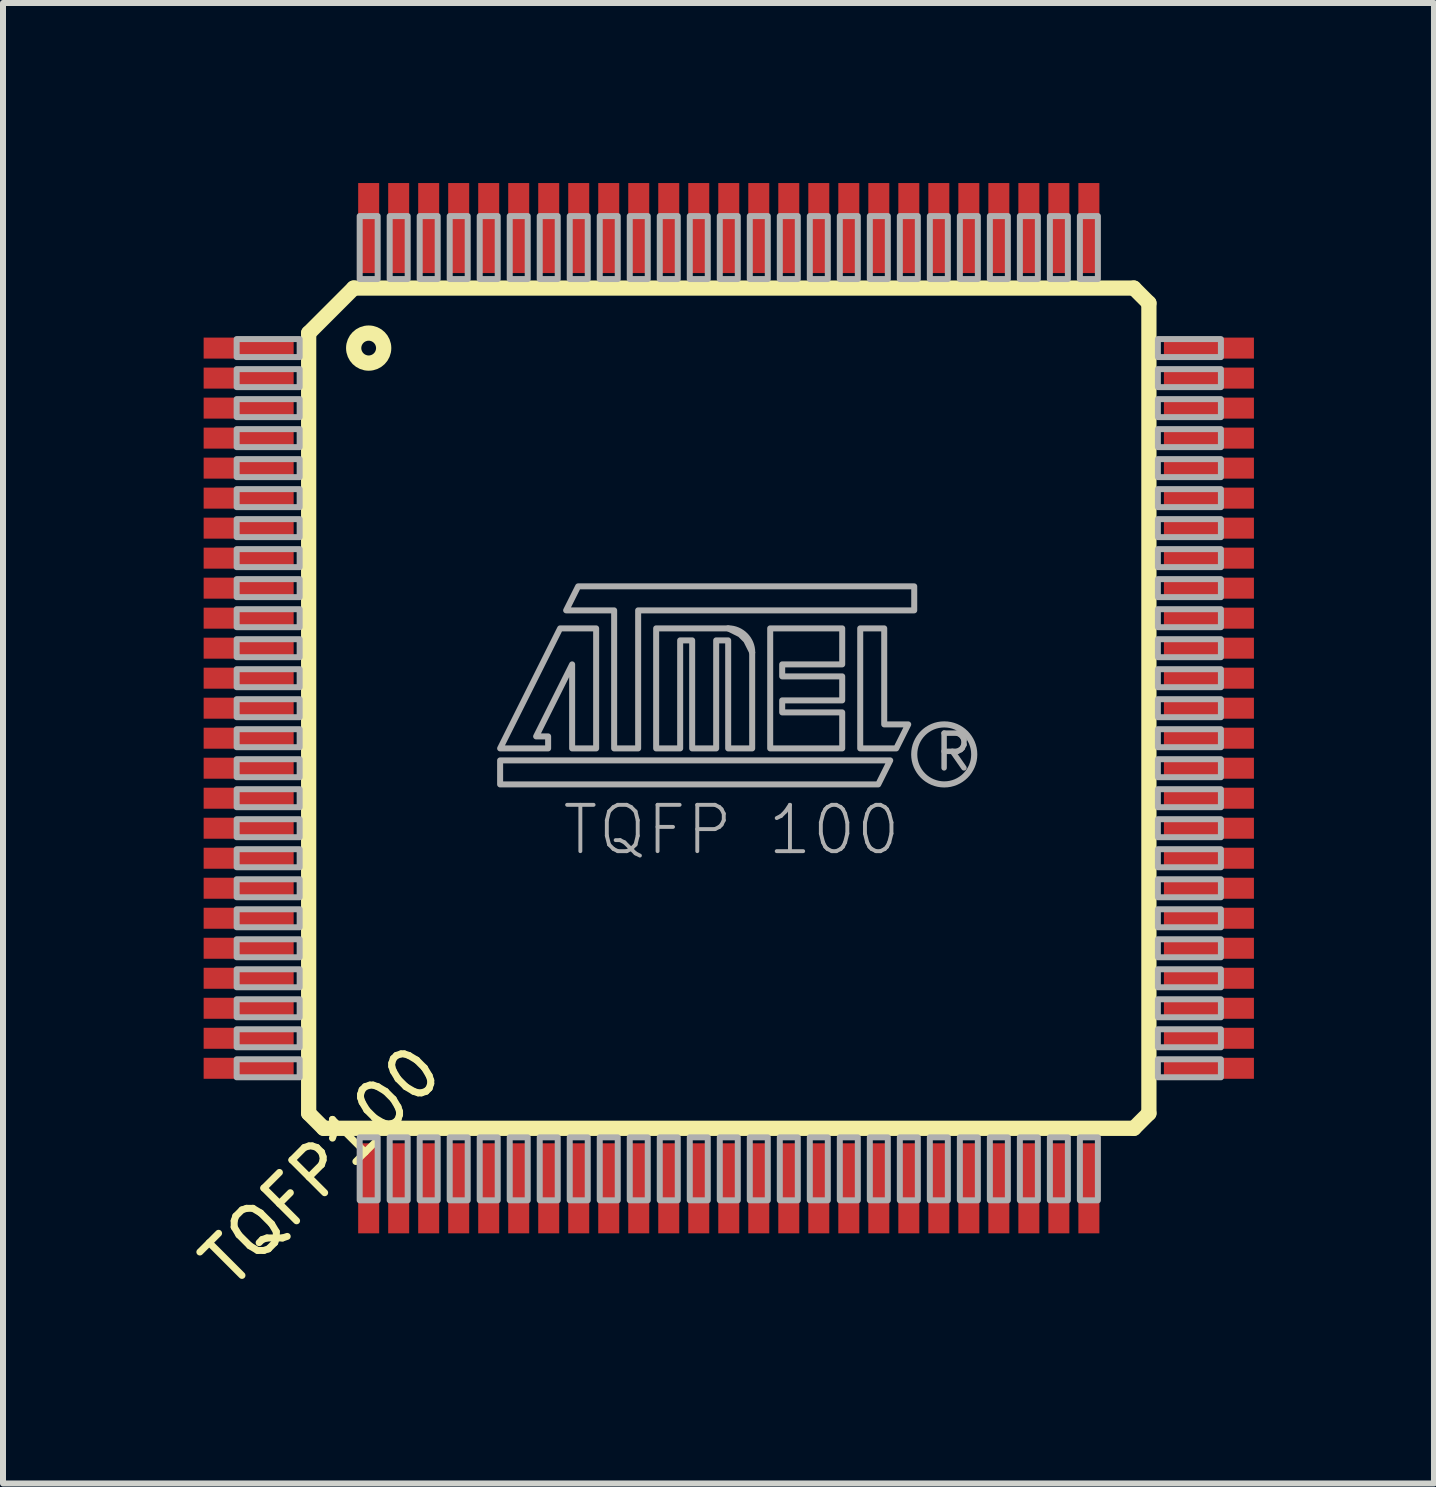
<source format=kicad_pcb>
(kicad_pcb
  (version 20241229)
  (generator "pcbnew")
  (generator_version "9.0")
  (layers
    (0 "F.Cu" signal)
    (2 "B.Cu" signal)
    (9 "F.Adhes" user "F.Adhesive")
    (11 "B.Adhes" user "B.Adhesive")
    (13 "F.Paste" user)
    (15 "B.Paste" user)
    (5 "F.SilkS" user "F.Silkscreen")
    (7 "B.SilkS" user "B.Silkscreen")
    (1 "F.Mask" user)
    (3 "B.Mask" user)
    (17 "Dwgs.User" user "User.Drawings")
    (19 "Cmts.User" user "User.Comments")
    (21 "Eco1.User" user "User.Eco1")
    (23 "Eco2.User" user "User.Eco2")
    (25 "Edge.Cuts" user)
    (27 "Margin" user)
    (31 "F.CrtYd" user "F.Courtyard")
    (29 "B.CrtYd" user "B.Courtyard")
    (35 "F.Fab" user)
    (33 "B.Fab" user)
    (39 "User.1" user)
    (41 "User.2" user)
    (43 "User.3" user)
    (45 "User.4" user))
  (footprint "TQFP100"
    (layer "F.Cu")
    (at 9.093 8.75)
    (property "Reference" "TQFP100" (at -8.302 9.784 45) (layer "F.SilkS") (effects (font (size 0.772 0.772) (thickness 0.116)) (justify left bottom)))
    (attr through_hole)
    (fp_line (start -7 -6.25) (end -6.25 -7) (stroke (width 0.254) (type solid)) (layer "F.SilkS"))
    (fp_line (start -7 6.75) (end -7 -6.25) (stroke (width 0.254) (type solid)) (layer "F.SilkS"))
    (fp_line (start -6.75 7) (end -7 6.75) (stroke (width 0.254) (type solid)) (layer "F.SilkS"))
    (fp_line (start -6.25 -7) (end 6.75 -7) (stroke (width 0.254) (type solid)) (layer "F.SilkS"))
    (fp_line (start 6.75 -7) (end 7 -6.75) (stroke (width 0.254) (type solid)) (layer "F.SilkS"))
    (fp_line (start 6.75 7) (end -6.75 7) (stroke (width 0.254) (type solid)) (layer "F.SilkS"))
    (fp_line (start 7 -6.75) (end 7 6.75) (stroke (width 0.254) (type solid)) (layer "F.SilkS"))
    (fp_line (start 7 6.75) (end 6.75 7) (stroke (width 0.254) (type solid)) (layer "F.SilkS"))
    (fp_circle (center -6 -6) (end -5.75 -6) (stroke (width 0.254) (type solid)) (fill no) (layer "F.SilkS"))
    (fp_arc (start -0.0099 -1.3299) (mid 0.272893 -1.212722) (end 0.39 -0.9299) (stroke (width 0.1016) (type solid)) (layer "F.Fab"))
    (fp_circle (center 3.59 0.77) (end 4.09 0.77) (stroke (width 0.102) (type solid)) (fill no) (layer "F.Fab"))
    (fp_poly (pts (xy -8.2 -5.85) (xy -7.15 -5.85) (xy -7.15 -6.15) (xy -8.2 -6.15)) (stroke (width 0.1) (type solid)) (fill no) (layer "F.Fab"))
    (fp_poly (pts (xy -8.2 -5.35) (xy -7.15 -5.35) (xy -7.15 -5.65) (xy -8.2 -5.65)) (stroke (width 0.1) (type solid)) (fill no) (layer "F.Fab"))
    (fp_poly (pts (xy -8.2 -4.85) (xy -7.15 -4.85) (xy -7.15 -5.15) (xy -8.2 -5.15)) (stroke (width 0.1) (type solid)) (fill no) (layer "F.Fab"))
    (fp_poly (pts (xy -8.2 -4.35) (xy -7.15 -4.35) (xy -7.15 -4.65) (xy -8.2 -4.65)) (stroke (width 0.1) (type solid)) (fill no) (layer "F.Fab"))
    (fp_poly (pts (xy -8.2 -3.85) (xy -7.15 -3.85) (xy -7.15 -4.15) (xy -8.2 -4.15)) (stroke (width 0.1) (type solid)) (fill no) (layer "F.Fab"))
    (fp_poly (pts (xy -8.2 -3.35) (xy -7.15 -3.35) (xy -7.15 -3.65) (xy -8.2 -3.65)) (stroke (width 0.1) (type solid)) (fill no) (layer "F.Fab"))
    (fp_poly (pts (xy -8.2 -2.85) (xy -7.15 -2.85) (xy -7.15 -3.15) (xy -8.2 -3.15)) (stroke (width 0.1) (type solid)) (fill no) (layer "F.Fab"))
    (fp_poly (pts (xy -8.2 -2.35) (xy -7.15 -2.35) (xy -7.15 -2.65) (xy -8.2 -2.65)) (stroke (width 0.1) (type solid)) (fill no) (layer "F.Fab"))
    (fp_poly (pts (xy -8.2 -1.85) (xy -7.15 -1.85) (xy -7.15 -2.15) (xy -8.2 -2.15)) (stroke (width 0.1) (type solid)) (fill no) (layer "F.Fab"))
    (fp_poly (pts (xy -8.2 -1.35) (xy -7.15 -1.35) (xy -7.15 -1.65) (xy -8.2 -1.65)) (stroke (width 0.1) (type solid)) (fill no) (layer "F.Fab"))
    (fp_poly (pts (xy -8.2 -0.85) (xy -7.15 -0.85) (xy -7.15 -1.15) (xy -8.2 -1.15)) (stroke (width 0.1) (type solid)) (fill no) (layer "F.Fab"))
    (fp_poly (pts (xy -8.2 -0.35) (xy -7.15 -0.35) (xy -7.15 -0.65) (xy -8.2 -0.65)) (stroke (width 0.1) (type solid)) (fill no) (layer "F.Fab"))
    (fp_poly (pts (xy -8.2 0.15) (xy -7.15 0.15) (xy -7.15 -0.15) (xy -8.2 -0.15)) (stroke (width 0.1) (type solid)) (fill no) (layer "F.Fab"))
    (fp_poly (pts (xy -8.2 0.65) (xy -7.15 0.65) (xy -7.15 0.35) (xy -8.2 0.35)) (stroke (width 0.1) (type solid)) (fill no) (layer "F.Fab"))
    (fp_poly (pts (xy -8.2 1.15) (xy -7.15 1.15) (xy -7.15 0.85) (xy -8.2 0.85)) (stroke (width 0.1) (type solid)) (fill no) (layer "F.Fab"))
    (fp_poly (pts (xy -8.2 1.65) (xy -7.15 1.65) (xy -7.15 1.35) (xy -8.2 1.35)) (stroke (width 0.1) (type solid)) (fill no) (layer "F.Fab"))
    (fp_poly (pts (xy -8.2 2.15) (xy -7.15 2.15) (xy -7.15 1.85) (xy -8.2 1.85)) (stroke (width 0.1) (type solid)) (fill no) (layer "F.Fab"))
    (fp_poly (pts (xy -8.2 2.65) (xy -7.15 2.65) (xy -7.15 2.35) (xy -8.2 2.35)) (stroke (width 0.1) (type solid)) (fill no) (layer "F.Fab"))
    (fp_poly (pts (xy -8.2 3.15) (xy -7.15 3.15) (xy -7.15 2.85) (xy -8.2 2.85)) (stroke (width 0.1) (type solid)) (fill no) (layer "F.Fab"))
    (fp_poly (pts (xy -8.2 3.65) (xy -7.15 3.65) (xy -7.15 3.35) (xy -8.2 3.35)) (stroke (width 0.1) (type solid)) (fill no) (layer "F.Fab"))
    (fp_poly (pts (xy -8.2 4.15) (xy -7.15 4.15) (xy -7.15 3.85) (xy -8.2 3.85)) (stroke (width 0.1) (type solid)) (fill no) (layer "F.Fab"))
    (fp_poly (pts (xy -8.2 4.65) (xy -7.15 4.65) (xy -7.15 4.35) (xy -8.2 4.35)) (stroke (width 0.1) (type solid)) (fill no) (layer "F.Fab"))
    (fp_poly (pts (xy -8.2 5.15) (xy -7.15 5.15) (xy -7.15 4.85) (xy -8.2 4.85)) (stroke (width 0.1) (type solid)) (fill no) (layer "F.Fab"))
    (fp_poly (pts (xy -8.2 5.65) (xy -7.15 5.65) (xy -7.15 5.35) (xy -8.2 5.35)) (stroke (width 0.1) (type solid)) (fill no) (layer "F.Fab"))
    (fp_poly (pts (xy -8.2 6.15) (xy -7.15 6.15) (xy -7.15 5.85) (xy -8.2 5.85)) (stroke (width 0.1) (type solid)) (fill no) (layer "F.Fab"))
    (fp_poly (pts (xy -6.15 -7.15) (xy -5.85 -7.15) (xy -5.85 -8.2) (xy -6.15 -8.2)) (stroke (width 0.1) (type solid)) (fill no) (layer "F.Fab"))
    (fp_poly (pts (xy -6.15 8.2) (xy -5.85 8.2) (xy -5.85 7.15) (xy -6.15 7.15)) (stroke (width 0.1) (type solid)) (fill no) (layer "F.Fab"))
    (fp_poly (pts (xy -5.65 -7.15) (xy -5.35 -7.15) (xy -5.35 -8.2) (xy -5.65 -8.2)) (stroke (width 0.1) (type solid)) (fill no) (layer "F.Fab"))
    (fp_poly (pts (xy -5.65 8.2) (xy -5.35 8.2) (xy -5.35 7.15) (xy -5.65 7.15)) (stroke (width 0.1) (type solid)) (fill no) (layer "F.Fab"))
    (fp_poly (pts (xy -5.15 -7.15) (xy -4.85 -7.15) (xy -4.85 -8.2) (xy -5.15 -8.2)) (stroke (width 0.1) (type solid)) (fill no) (layer "F.Fab"))
    (fp_poly (pts (xy -5.15 8.2) (xy -4.85 8.2) (xy -4.85 7.15) (xy -5.15 7.15)) (stroke (width 0.1) (type solid)) (fill no) (layer "F.Fab"))
    (fp_poly (pts (xy -4.65 -7.15) (xy -4.35 -7.15) (xy -4.35 -8.2) (xy -4.65 -8.2)) (stroke (width 0.1) (type solid)) (fill no) (layer "F.Fab"))
    (fp_poly (pts (xy -4.65 8.2) (xy -4.35 8.2) (xy -4.35 7.15) (xy -4.65 7.15)) (stroke (width 0.1) (type solid)) (fill no) (layer "F.Fab"))
    (fp_poly (pts (xy -4.15 -7.15) (xy -3.85 -7.15) (xy -3.85 -8.2) (xy -4.15 -8.2)) (stroke (width 0.1) (type solid)) (fill no) (layer "F.Fab"))
    (fp_poly (pts (xy -4.15 8.2) (xy -3.85 8.2) (xy -3.85 7.15) (xy -4.15 7.15)) (stroke (width 0.1) (type solid)) (fill no) (layer "F.Fab"))
    (fp_poly (pts (xy -3.81 0.87) (xy -3.81 1.27) (xy 2.49 1.27) (xy 2.69 0.87)) (stroke (width 0.1) (type solid)) (fill no) (layer "F.Fab"))
    (fp_poly (pts (xy -3.65 -7.15) (xy -3.35 -7.15) (xy -3.35 -8.2) (xy -3.65 -8.2)) (stroke (width 0.1) (type solid)) (fill no) (layer "F.Fab"))
    (fp_poly (pts (xy -3.65 8.2) (xy -3.35 8.2) (xy -3.35 7.15) (xy -3.65 7.15)) (stroke (width 0.1) (type solid)) (fill no) (layer "F.Fab"))
    (fp_poly (pts (xy -3.15 -7.15) (xy -2.85 -7.15) (xy -2.85 -8.2) (xy -3.15 -8.2)) (stroke (width 0.1) (type solid)) (fill no) (layer "F.Fab"))
    (fp_poly (pts (xy -3.15 8.2) (xy -2.85 8.2) (xy -2.85 7.15) (xy -3.15 7.15)) (stroke (width 0.1) (type solid)) (fill no) (layer "F.Fab"))
    (fp_poly (pts (xy -2.65 -7.15) (xy -2.35 -7.15) (xy -2.35 -8.2) (xy -2.65 -8.2)) (stroke (width 0.1) (type solid)) (fill no) (layer "F.Fab"))
    (fp_poly (pts (xy -2.65 8.2) (xy -2.35 8.2) (xy -2.35 7.15) (xy -2.65 7.15)) (stroke (width 0.1) (type solid)) (fill no) (layer "F.Fab"))
    (fp_poly (pts (xy -2.15 -7.15) (xy -1.85 -7.15) (xy -1.85 -8.2) (xy -2.15 -8.2)) (stroke (width 0.1) (type solid)) (fill no) (layer "F.Fab"))
    (fp_poly (pts (xy -2.15 8.2) (xy -1.85 8.2) (xy -1.85 7.15) (xy -2.15 7.15)) (stroke (width 0.1) (type solid)) (fill no) (layer "F.Fab"))
    (fp_poly (pts (xy -1.65 -7.15) (xy -1.35 -7.15) (xy -1.35 -8.2) (xy -1.65 -8.2)) (stroke (width 0.1) (type solid)) (fill no) (layer "F.Fab"))
    (fp_poly (pts (xy -1.65 8.2) (xy -1.35 8.2) (xy -1.35 7.15) (xy -1.65 7.15)) (stroke (width 0.1) (type solid)) (fill no) (layer "F.Fab"))
    (fp_poly (pts (xy -1.15 -7.15) (xy -0.85 -7.15) (xy -0.85 -8.2) (xy -1.15 -8.2)) (stroke (width 0.1) (type solid)) (fill no) (layer "F.Fab"))
    (fp_poly (pts (xy -1.15 8.2) (xy -0.85 8.2) (xy -0.85 7.15) (xy -1.15 7.15)) (stroke (width 0.1) (type solid)) (fill no) (layer "F.Fab"))
    (fp_poly (pts (xy -0.65 -7.15) (xy -0.35 -7.15) (xy -0.35 -8.2) (xy -0.65 -8.2)) (stroke (width 0.1) (type solid)) (fill no) (layer "F.Fab"))
    (fp_poly (pts (xy -0.65 8.2) (xy -0.35 8.2) (xy -0.35 7.15) (xy -0.65 7.15)) (stroke (width 0.1) (type solid)) (fill no) (layer "F.Fab"))
    (fp_poly (pts (xy -0.15 -7.15) (xy 0.15 -7.15) (xy 0.15 -8.2) (xy -0.15 -8.2)) (stroke (width 0.1) (type solid)) (fill no) (layer "F.Fab"))
    (fp_poly (pts (xy -0.15 8.2) (xy 0.15 8.2) (xy 0.15 7.15) (xy -0.15 7.15)) (stroke (width 0.1) (type solid)) (fill no) (layer "F.Fab"))
    (fp_poly (pts (xy 0.35 -7.15) (xy 0.65 -7.15) (xy 0.65 -8.2) (xy 0.35 -8.2)) (stroke (width 0.1) (type solid)) (fill no) (layer "F.Fab"))
    (fp_poly (pts (xy 0.35 8.2) (xy 0.65 8.2) (xy 0.65 7.15) (xy 0.35 7.15)) (stroke (width 0.1) (type solid)) (fill no) (layer "F.Fab"))
    (fp_poly (pts (xy 0.85 -7.15) (xy 1.15 -7.15) (xy 1.15 -8.2) (xy 0.85 -8.2)) (stroke (width 0.1) (type solid)) (fill no) (layer "F.Fab"))
    (fp_poly (pts (xy 0.85 8.2) (xy 1.15 8.2) (xy 1.15 7.15) (xy 0.85 7.15)) (stroke (width 0.1) (type solid)) (fill no) (layer "F.Fab"))
    (fp_poly (pts (xy 1.35 -7.15) (xy 1.65 -7.15) (xy 1.65 -8.2) (xy 1.35 -8.2)) (stroke (width 0.1) (type solid)) (fill no) (layer "F.Fab"))
    (fp_poly (pts (xy 1.35 8.2) (xy 1.65 8.2) (xy 1.65 7.15) (xy 1.35 7.15)) (stroke (width 0.1) (type solid)) (fill no) (layer "F.Fab"))
    (fp_poly (pts (xy 1.85 -7.15) (xy 2.15 -7.15) (xy 2.15 -8.2) (xy 1.85 -8.2)) (stroke (width 0.1) (type solid)) (fill no) (layer "F.Fab"))
    (fp_poly (pts (xy 1.85 8.2) (xy 2.15 8.2) (xy 2.15 7.15) (xy 1.85 7.15)) (stroke (width 0.1) (type solid)) (fill no) (layer "F.Fab"))
    (fp_poly (pts (xy 2.35 -7.15) (xy 2.65 -7.15) (xy 2.65 -8.2) (xy 2.35 -8.2)) (stroke (width 0.1) (type solid)) (fill no) (layer "F.Fab"))
    (fp_poly (pts (xy 2.35 8.2) (xy 2.65 8.2) (xy 2.65 7.15) (xy 2.35 7.15)) (stroke (width 0.1) (type solid)) (fill no) (layer "F.Fab"))
    (fp_poly (pts (xy 2.85 -7.15) (xy 3.15 -7.15) (xy 3.15 -8.2) (xy 2.85 -8.2)) (stroke (width 0.1) (type solid)) (fill no) (layer "F.Fab"))
    (fp_poly (pts (xy 2.85 8.2) (xy 3.15 8.2) (xy 3.15 7.15) (xy 2.85 7.15)) (stroke (width 0.1) (type solid)) (fill no) (layer "F.Fab"))
    (fp_poly (pts (xy 3.35 -7.15) (xy 3.65 -7.15) (xy 3.65 -8.2) (xy 3.35 -8.2)) (stroke (width 0.1) (type solid)) (fill no) (layer "F.Fab"))
    (fp_poly (pts (xy 3.35 8.2) (xy 3.65 8.2) (xy 3.65 7.15) (xy 3.35 7.15)) (stroke (width 0.1) (type solid)) (fill no) (layer "F.Fab"))
    (fp_poly (pts (xy 3.85 -7.15) (xy 4.15 -7.15) (xy 4.15 -8.2) (xy 3.85 -8.2)) (stroke (width 0.1) (type solid)) (fill no) (layer "F.Fab"))
    (fp_poly (pts (xy 3.85 8.2) (xy 4.15 8.2) (xy 4.15 7.15) (xy 3.85 7.15)) (stroke (width 0.1) (type solid)) (fill no) (layer "F.Fab"))
    (fp_poly (pts (xy 4.35 -7.15) (xy 4.65 -7.15) (xy 4.65 -8.2) (xy 4.35 -8.2)) (stroke (width 0.1) (type solid)) (fill no) (layer "F.Fab"))
    (fp_poly (pts (xy 4.35 8.2) (xy 4.65 8.2) (xy 4.65 7.15) (xy 4.35 7.15)) (stroke (width 0.1) (type solid)) (fill no) (layer "F.Fab"))
    (fp_poly (pts (xy 4.85 -7.15) (xy 5.15 -7.15) (xy 5.15 -8.2) (xy 4.85 -8.2)) (stroke (width 0.1) (type solid)) (fill no) (layer "F.Fab"))
    (fp_poly (pts (xy 4.85 8.2) (xy 5.15 8.2) (xy 5.15 7.15) (xy 4.85 7.15)) (stroke (width 0.1) (type solid)) (fill no) (layer "F.Fab"))
    (fp_poly (pts (xy 5.35 -7.15) (xy 5.65 -7.15) (xy 5.65 -8.2) (xy 5.35 -8.2)) (stroke (width 0.1) (type solid)) (fill no) (layer "F.Fab"))
    (fp_poly (pts (xy 5.35 8.2) (xy 5.65 8.2) (xy 5.65 7.15) (xy 5.35 7.15)) (stroke (width 0.1) (type solid)) (fill no) (layer "F.Fab"))
    (fp_poly (pts (xy 5.85 -7.15) (xy 6.15 -7.15) (xy 6.15 -8.2) (xy 5.85 -8.2)) (stroke (width 0.1) (type solid)) (fill no) (layer "F.Fab"))
    (fp_poly (pts (xy 5.85 8.2) (xy 6.15 8.2) (xy 6.15 7.15) (xy 5.85 7.15)) (stroke (width 0.1) (type solid)) (fill no) (layer "F.Fab"))
    (fp_poly (pts (xy 7.15 -5.85) (xy 8.2 -5.85) (xy 8.2 -6.15) (xy 7.15 -6.15)) (stroke (width 0.1) (type solid)) (fill no) (layer "F.Fab"))
    (fp_poly (pts (xy 7.15 -5.35) (xy 8.2 -5.35) (xy 8.2 -5.65) (xy 7.15 -5.65)) (stroke (width 0.1) (type solid)) (fill no) (layer "F.Fab"))
    (fp_poly (pts (xy 7.15 -4.85) (xy 8.2 -4.85) (xy 8.2 -5.15) (xy 7.15 -5.15)) (stroke (width 0.1) (type solid)) (fill no) (layer "F.Fab"))
    (fp_poly (pts (xy 7.15 -4.35) (xy 8.2 -4.35) (xy 8.2 -4.65) (xy 7.15 -4.65)) (stroke (width 0.1) (type solid)) (fill no) (layer "F.Fab"))
    (fp_poly (pts (xy 7.15 -3.85) (xy 8.2 -3.85) (xy 8.2 -4.15) (xy 7.15 -4.15)) (stroke (width 0.1) (type solid)) (fill no) (layer "F.Fab"))
    (fp_poly (pts (xy 7.15 -3.35) (xy 8.2 -3.35) (xy 8.2 -3.65) (xy 7.15 -3.65)) (stroke (width 0.1) (type solid)) (fill no) (layer "F.Fab"))
    (fp_poly (pts (xy 7.15 -2.85) (xy 8.2 -2.85) (xy 8.2 -3.15) (xy 7.15 -3.15)) (stroke (width 0.1) (type solid)) (fill no) (layer "F.Fab"))
    (fp_poly (pts (xy 7.15 -2.35) (xy 8.2 -2.35) (xy 8.2 -2.65) (xy 7.15 -2.65)) (stroke (width 0.1) (type solid)) (fill no) (layer "F.Fab"))
    (fp_poly (pts (xy 7.15 -1.85) (xy 8.2 -1.85) (xy 8.2 -2.15) (xy 7.15 -2.15)) (stroke (width 0.1) (type solid)) (fill no) (layer "F.Fab"))
    (fp_poly (pts (xy 7.15 -1.35) (xy 8.2 -1.35) (xy 8.2 -1.65) (xy 7.15 -1.65)) (stroke (width 0.1) (type solid)) (fill no) (layer "F.Fab"))
    (fp_poly (pts (xy 7.15 -0.85) (xy 8.2 -0.85) (xy 8.2 -1.15) (xy 7.15 -1.15)) (stroke (width 0.1) (type solid)) (fill no) (layer "F.Fab"))
    (fp_poly (pts (xy 7.15 -0.35) (xy 8.2 -0.35) (xy 8.2 -0.65) (xy 7.15 -0.65)) (stroke (width 0.1) (type solid)) (fill no) (layer "F.Fab"))
    (fp_poly (pts (xy 7.15 0.15) (xy 8.2 0.15) (xy 8.2 -0.15) (xy 7.15 -0.15)) (stroke (width 0.1) (type solid)) (fill no) (layer "F.Fab"))
    (fp_poly (pts (xy 7.15 0.65) (xy 8.2 0.65) (xy 8.2 0.35) (xy 7.15 0.35)) (stroke (width 0.1) (type solid)) (fill no) (layer "F.Fab"))
    (fp_poly (pts (xy 7.15 1.15) (xy 8.2 1.15) (xy 8.2 0.85) (xy 7.15 0.85)) (stroke (width 0.1) (type solid)) (fill no) (layer "F.Fab"))
    (fp_poly (pts (xy 7.15 1.65) (xy 8.2 1.65) (xy 8.2 1.35) (xy 7.15 1.35)) (stroke (width 0.1) (type solid)) (fill no) (layer "F.Fab"))
    (fp_poly (pts (xy 7.15 2.15) (xy 8.2 2.15) (xy 8.2 1.85) (xy 7.15 1.85)) (stroke (width 0.1) (type solid)) (fill no) (layer "F.Fab"))
    (fp_poly (pts (xy 7.15 2.65) (xy 8.2 2.65) (xy 8.2 2.35) (xy 7.15 2.35)) (stroke (width 0.1) (type solid)) (fill no) (layer "F.Fab"))
    (fp_poly (pts (xy 7.15 3.15) (xy 8.2 3.15) (xy 8.2 2.85) (xy 7.15 2.85)) (stroke (width 0.1) (type solid)) (fill no) (layer "F.Fab"))
    (fp_poly (pts (xy 7.15 3.65) (xy 8.2 3.65) (xy 8.2 3.35) (xy 7.15 3.35)) (stroke (width 0.1) (type solid)) (fill no) (layer "F.Fab"))
    (fp_poly (pts (xy 7.15 4.15) (xy 8.2 4.15) (xy 8.2 3.85) (xy 7.15 3.85)) (stroke (width 0.1) (type solid)) (fill no) (layer "F.Fab"))
    (fp_poly (pts (xy 7.15 4.65) (xy 8.2 4.65) (xy 8.2 4.35) (xy 7.15 4.35)) (stroke (width 0.1) (type solid)) (fill no) (layer "F.Fab"))
    (fp_poly (pts (xy 7.15 5.15) (xy 8.2 5.15) (xy 8.2 4.85) (xy 7.15 4.85)) (stroke (width 0.1) (type solid)) (fill no) (layer "F.Fab"))
    (fp_poly (pts (xy 7.15 5.65) (xy 8.2 5.65) (xy 8.2 5.35) (xy 7.15 5.35)) (stroke (width 0.1) (type solid)) (fill no) (layer "F.Fab"))
    (fp_poly (pts (xy 7.15 6.15) (xy 8.2 6.15) (xy 8.2 5.85) (xy 7.15 5.85)) (stroke (width 0.1) (type solid)) (fill no) (layer "F.Fab"))
    (fp_poly (pts (xy 2.19 -1.33) (xy 2.19 0.67) (xy 2.79 0.67) (xy 2.99 0.27) (xy 2.59 0.27) (xy 2.59 -1.33)) (stroke (width 0.1) (type solid)) (fill no) (layer "F.Fab"))
    (fp_poly (pts (xy -2.71 -1.63) (xy -2.51 -2.03) (xy 3.09 -2.03) (xy 3.09 -1.63) (xy -1.51 -1.63) (xy -1.51 0.67) (xy -1.91 0.67) (xy -1.91 -1.63)) (stroke (width 0.1) (type solid)) (fill no) (layer "F.Fab"))
    (fp_poly (pts (xy -3.81 0.67) (xy -2.81 -1.33) (xy -2.21 -1.33) (xy -2.21 0.67) (xy -2.61 0.67) (xy -2.61 -0.73) (xy -3.21 0.47) (xy -3.01 0.47) (xy -3.01 0.67)) (stroke (width 0.1) (type solid)) (fill no) (layer "F.Fab"))
    (fp_poly (pts (xy 0.69 -1.33) (xy 0.69 0.67) (xy 1.89 0.67) (xy 1.89 0.07) (xy 0.89 0.07) (xy 0.89 -0.13) (xy 1.89 -0.13) (xy 1.89 -0.53) (xy 0.89 -0.53) (xy 0.89 -0.73) (xy 1.89 -0.73) (xy 1.89 -1.33)) (stroke (width 0.1) (type solid)) (fill no) (layer "F.Fab"))
    (fp_poly (pts (xy -1.21 -1.33) (xy -1.21 0.67) (xy -0.81 0.67) (xy -0.81 -1.13) (xy -0.61 -1.13) (xy -0.61 0.67) (xy -0.21 0.67) (xy -0.21 -1.13) (xy -0.01 -1.13) (xy -0.01 0.67) (xy 0.39 0.67) (xy 0.39 -0.93) (xy 0.29 -1.13) (xy 0.19 -1.23) (xy -0.01 -1.33)) (stroke (width 0.1) (type solid)) (fill no) (layer "F.Fab"))
    (fp_text user "R" (at 3.39 1.07 0) (layer "F.Fab") (effects (font (size 0.579 0.579) (thickness 0.091)) (justify left bottom)))
    (fp_text user "TQFP 100" (at -2.81 2.48 0) (layer "F.Fab") (effects (font (size 0.772 0.772) (thickness 0.065)) (justify left bottom)))
    (pad "1" smd rect (at -8 -6) (size 1.5 0.35) (layers "F.Cu" "F.Mask" "F.Paste"))
    (pad "2" smd rect (at -8 -5.5) (size 1.5 0.35) (layers "F.Cu" "F.Mask" "F.Paste"))
    (pad "3" smd rect (at -8 -5) (size 1.5 0.35) (layers "F.Cu" "F.Mask" "F.Paste"))
    (pad "4" smd rect (at -8 -4.5) (size 1.5 0.35) (layers "F.Cu" "F.Mask" "F.Paste"))
    (pad "5" smd rect (at -8 -4) (size 1.5 0.35) (layers "F.Cu" "F.Mask" "F.Paste"))
    (pad "6" smd rect (at -8 -3.5) (size 1.5 0.35) (layers "F.Cu" "F.Mask" "F.Paste"))
    (pad "7" smd rect (at -8 -3) (size 1.5 0.35) (layers "F.Cu" "F.Mask" "F.Paste"))
    (pad "8" smd rect (at -8 -2.5) (size 1.5 0.35) (layers "F.Cu" "F.Mask" "F.Paste"))
    (pad "9" smd rect (at -8 -2) (size 1.5 0.35) (layers "F.Cu" "F.Mask" "F.Paste"))
    (pad "10" smd rect (at -8 -1.5) (size 1.5 0.35) (layers "F.Cu" "F.Mask" "F.Paste"))
    (pad "11" smd rect (at -8 -1) (size 1.5 0.35) (layers "F.Cu" "F.Mask" "F.Paste"))
    (pad "12" smd rect (at -8 -0.5) (size 1.5 0.35) (layers "F.Cu" "F.Mask" "F.Paste"))
    (pad "13" smd rect (at -8 0) (size 1.5 0.35) (layers "F.Cu" "F.Mask" "F.Paste"))
    (pad "14" smd rect (at -8 0.5) (size 1.5 0.35) (layers "F.Cu" "F.Mask" "F.Paste"))
    (pad "15" smd rect (at -8 1) (size 1.5 0.35) (layers "F.Cu" "F.Mask" "F.Paste"))
    (pad "16" smd rect (at -8 1.5) (size 1.5 0.35) (layers "F.Cu" "F.Mask" "F.Paste"))
    (pad "17" smd rect (at -8 2) (size 1.5 0.35) (layers "F.Cu" "F.Mask" "F.Paste"))
    (pad "18" smd rect (at -8 2.5) (size 1.5 0.35) (layers "F.Cu" "F.Mask" "F.Paste"))
    (pad "19" smd rect (at -8 3) (size 1.5 0.35) (layers "F.Cu" "F.Mask" "F.Paste"))
    (pad "20" smd rect (at -8 3.5) (size 1.5 0.35) (layers "F.Cu" "F.Mask" "F.Paste"))
    (pad "21" smd rect (at -8 4) (size 1.5 0.35) (layers "F.Cu" "F.Mask" "F.Paste"))
    (pad "22" smd rect (at -8 4.5) (size 1.5 0.35) (layers "F.Cu" "F.Mask" "F.Paste"))
    (pad "23" smd rect (at -8 5) (size 1.5 0.35) (layers "F.Cu" "F.Mask" "F.Paste"))
    (pad "24" smd rect (at -8 5.5) (size 1.5 0.35) (layers "F.Cu" "F.Mask" "F.Paste"))
    (pad "25" smd rect (at -8 6) (size 1.5 0.35) (layers "F.Cu" "F.Mask" "F.Paste"))
    (pad "26" smd rect (at -6 8) (size 0.35 1.5) (layers "F.Cu" "F.Mask" "F.Paste"))
    (pad "27" smd rect (at -5.5 8) (size 0.35 1.5) (layers "F.Cu" "F.Mask" "F.Paste"))
    (pad "28" smd rect (at -5 8) (size 0.35 1.5) (layers "F.Cu" "F.Mask" "F.Paste"))
    (pad "29" smd rect (at -4.5 8) (size 0.35 1.5) (layers "F.Cu" "F.Mask" "F.Paste"))
    (pad "30" smd rect (at -4 8) (size 0.35 1.5) (layers "F.Cu" "F.Mask" "F.Paste"))
    (pad "31" smd rect (at -3.5 8) (size 0.35 1.5) (layers "F.Cu" "F.Mask" "F.Paste"))
    (pad "32" smd rect (at -3 8) (size 0.35 1.5) (layers "F.Cu" "F.Mask" "F.Paste"))
    (pad "33" smd rect (at -2.5 8) (size 0.35 1.5) (layers "F.Cu" "F.Mask" "F.Paste"))
    (pad "34" smd rect (at -2 8) (size 0.35 1.5) (layers "F.Cu" "F.Mask" "F.Paste"))
    (pad "35" smd rect (at -1.5 8) (size 0.35 1.5) (layers "F.Cu" "F.Mask" "F.Paste"))
    (pad "36" smd rect (at -1 8) (size 0.35 1.5) (layers "F.Cu" "F.Mask" "F.Paste"))
    (pad "37" smd rect (at -0.5 8) (size 0.35 1.5) (layers "F.Cu" "F.Mask" "F.Paste"))
    (pad "38" smd rect (at 0 8) (size 0.35 1.5) (layers "F.Cu" "F.Mask" "F.Paste"))
    (pad "39" smd rect (at 0.5 8) (size 0.35 1.5) (layers "F.Cu" "F.Mask" "F.Paste"))
    (pad "40" smd rect (at 1 8) (size 0.35 1.5) (layers "F.Cu" "F.Mask" "F.Paste"))
    (pad "41" smd rect (at 1.5 8) (size 0.35 1.5) (layers "F.Cu" "F.Mask" "F.Paste"))
    (pad "42" smd rect (at 2 8) (size 0.35 1.5) (layers "F.Cu" "F.Mask" "F.Paste"))
    (pad "43" smd rect (at 2.5 8) (size 0.35 1.5) (layers "F.Cu" "F.Mask" "F.Paste"))
    (pad "44" smd rect (at 3 8) (size 0.35 1.5) (layers "F.Cu" "F.Mask" "F.Paste"))
    (pad "45" smd rect (at 3.5 8) (size 0.35 1.5) (layers "F.Cu" "F.Mask" "F.Paste"))
    (pad "46" smd rect (at 4 8) (size 0.35 1.5) (layers "F.Cu" "F.Mask" "F.Paste"))
    (pad "47" smd rect (at 4.5 8) (size 0.35 1.5) (layers "F.Cu" "F.Mask" "F.Paste"))
    (pad "48" smd rect (at 5 8) (size 0.35 1.5) (layers "F.Cu" "F.Mask" "F.Paste"))
    (pad "49" smd rect (at 5.5 8) (size 0.35 1.5) (layers "F.Cu" "F.Mask" "F.Paste"))
    (pad "50" smd rect (at 6 8) (size 0.35 1.5) (layers "F.Cu" "F.Mask" "F.Paste"))
    (pad "51" smd rect (at 8 6) (size 1.5 0.35) (layers "F.Cu" "F.Mask" "F.Paste"))
    (pad "52" smd rect (at 8 5.5) (size 1.5 0.35) (layers "F.Cu" "F.Mask" "F.Paste"))
    (pad "53" smd rect (at 8 5) (size 1.5 0.35) (layers "F.Cu" "F.Mask" "F.Paste"))
    (pad "54" smd rect (at 8 4.5) (size 1.5 0.35) (layers "F.Cu" "F.Mask" "F.Paste"))
    (pad "55" smd rect (at 8 4) (size 1.5 0.35) (layers "F.Cu" "F.Mask" "F.Paste"))
    (pad "56" smd rect (at 8 3.5) (size 1.5 0.35) (layers "F.Cu" "F.Mask" "F.Paste"))
    (pad "57" smd rect (at 8 3) (size 1.5 0.35) (layers "F.Cu" "F.Mask" "F.Paste"))
    (pad "58" smd rect (at 8 2.5) (size 1.5 0.35) (layers "F.Cu" "F.Mask" "F.Paste"))
    (pad "59" smd rect (at 8 2) (size 1.5 0.35) (layers "F.Cu" "F.Mask" "F.Paste"))
    (pad "60" smd rect (at 8 1.5) (size 1.5 0.35) (layers "F.Cu" "F.Mask" "F.Paste"))
    (pad "61" smd rect (at 8 1) (size 1.5 0.35) (layers "F.Cu" "F.Mask" "F.Paste"))
    (pad "62" smd rect (at 8 0.5) (size 1.5 0.35) (layers "F.Cu" "F.Mask" "F.Paste"))
    (pad "63" smd rect (at 8 0) (size 1.5 0.35) (layers "F.Cu" "F.Mask" "F.Paste"))
    (pad "64" smd rect (at 8 -0.5) (size 1.5 0.35) (layers "F.Cu" "F.Mask" "F.Paste"))
    (pad "65" smd rect (at 8 -1) (size 1.5 0.35) (layers "F.Cu" "F.Mask" "F.Paste"))
    (pad "66" smd rect (at 8 -1.5) (size 1.5 0.35) (layers "F.Cu" "F.Mask" "F.Paste"))
    (pad "67" smd rect (at 8 -2) (size 1.5 0.35) (layers "F.Cu" "F.Mask" "F.Paste"))
    (pad "68" smd rect (at 8 -2.5) (size 1.5 0.35) (layers "F.Cu" "F.Mask" "F.Paste"))
    (pad "69" smd rect (at 8 -3) (size 1.5 0.35) (layers "F.Cu" "F.Mask" "F.Paste"))
    (pad "70" smd rect (at 8 -3.5) (size 1.5 0.35) (layers "F.Cu" "F.Mask" "F.Paste"))
    (pad "71" smd rect (at 8 -4) (size 1.5 0.35) (layers "F.Cu" "F.Mask" "F.Paste"))
    (pad "72" smd rect (at 8 -4.5) (size 1.5 0.35) (layers "F.Cu" "F.Mask" "F.Paste"))
    (pad "73" smd rect (at 8 -5) (size 1.5 0.35) (layers "F.Cu" "F.Mask" "F.Paste"))
    (pad "74" smd rect (at 8 -5.5) (size 1.5 0.35) (layers "F.Cu" "F.Mask" "F.Paste"))
    (pad "75" smd rect (at 8 -6) (size 1.5 0.35) (layers "F.Cu" "F.Mask" "F.Paste"))
    (pad "76" smd rect (at 6 -8) (size 0.35 1.5) (layers "F.Cu" "F.Mask" "F.Paste"))
    (pad "77" smd rect (at 5.5 -8) (size 0.35 1.5) (layers "F.Cu" "F.Mask" "F.Paste"))
    (pad "78" smd rect (at 5 -8) (size 0.35 1.5) (layers "F.Cu" "F.Mask" "F.Paste"))
    (pad "79" smd rect (at 4.5 -8) (size 0.35 1.5) (layers "F.Cu" "F.Mask" "F.Paste"))
    (pad "80" smd rect (at 4 -8) (size 0.35 1.5) (layers "F.Cu" "F.Mask" "F.Paste"))
    (pad "81" smd rect (at 3.5 -8) (size 0.35 1.5) (layers "F.Cu" "F.Mask" "F.Paste"))
    (pad "82" smd rect (at 3 -8) (size 0.35 1.5) (layers "F.Cu" "F.Mask" "F.Paste"))
    (pad "83" smd rect (at 2.5 -8) (size 0.35 1.5) (layers "F.Cu" "F.Mask" "F.Paste"))
    (pad "84" smd rect (at 2 -8) (size 0.35 1.5) (layers "F.Cu" "F.Mask" "F.Paste"))
    (pad "85" smd rect (at 1.5 -8) (size 0.35 1.5) (layers "F.Cu" "F.Mask" "F.Paste"))
    (pad "86" smd rect (at 1 -8) (size 0.35 1.5) (layers "F.Cu" "F.Mask" "F.Paste"))
    (pad "87" smd rect (at 0.5 -8) (size 0.35 1.5) (layers "F.Cu" "F.Mask" "F.Paste"))
    (pad "88" smd rect (at 0 -8) (size 0.35 1.5) (layers "F.Cu" "F.Mask" "F.Paste"))
    (pad "89" smd rect (at -0.5 -8) (size 0.35 1.5) (layers "F.Cu" "F.Mask" "F.Paste"))
    (pad "90" smd rect (at -1 -8) (size 0.35 1.5) (layers "F.Cu" "F.Mask" "F.Paste"))
    (pad "91" smd rect (at -1.5 -8) (size 0.35 1.5) (layers "F.Cu" "F.Mask" "F.Paste"))
    (pad "92" smd rect (at -2 -8) (size 0.35 1.5) (layers "F.Cu" "F.Mask" "F.Paste"))
    (pad "93" smd rect (at -2.5 -8) (size 0.35 1.5) (layers "F.Cu" "F.Mask" "F.Paste"))
    (pad "94" smd rect (at -3 -8) (size 0.35 1.5) (layers "F.Cu" "F.Mask" "F.Paste"))
    (pad "95" smd rect (at -3.5 -8) (size 0.35 1.5) (layers "F.Cu" "F.Mask" "F.Paste"))
    (pad "96" smd rect (at -4 -8) (size 0.35 1.5) (layers "F.Cu" "F.Mask" "F.Paste"))
    (pad "97" smd rect (at -4.5 -8) (size 0.35 1.5) (layers "F.Cu" "F.Mask" "F.Paste"))
    (pad "98" smd rect (at -5 -8) (size 0.35 1.5) (layers "F.Cu" "F.Mask" "F.Paste"))
    (pad "99" smd rect (at -5.5 -8) (size 0.35 1.5) (layers "F.Cu" "F.Mask" "F.Paste"))
    (pad "100" smd rect (at -6 -8) (size 0.35 1.5) (layers "F.Cu" "F.Mask" "F.Paste")))
  (gr_rect
    (start -3 -3)
    (end 20.843 21.668)
    (stroke (width 0.1) (type default))
    (fill no)
    (layer "Edge.Cuts")))
</source>
